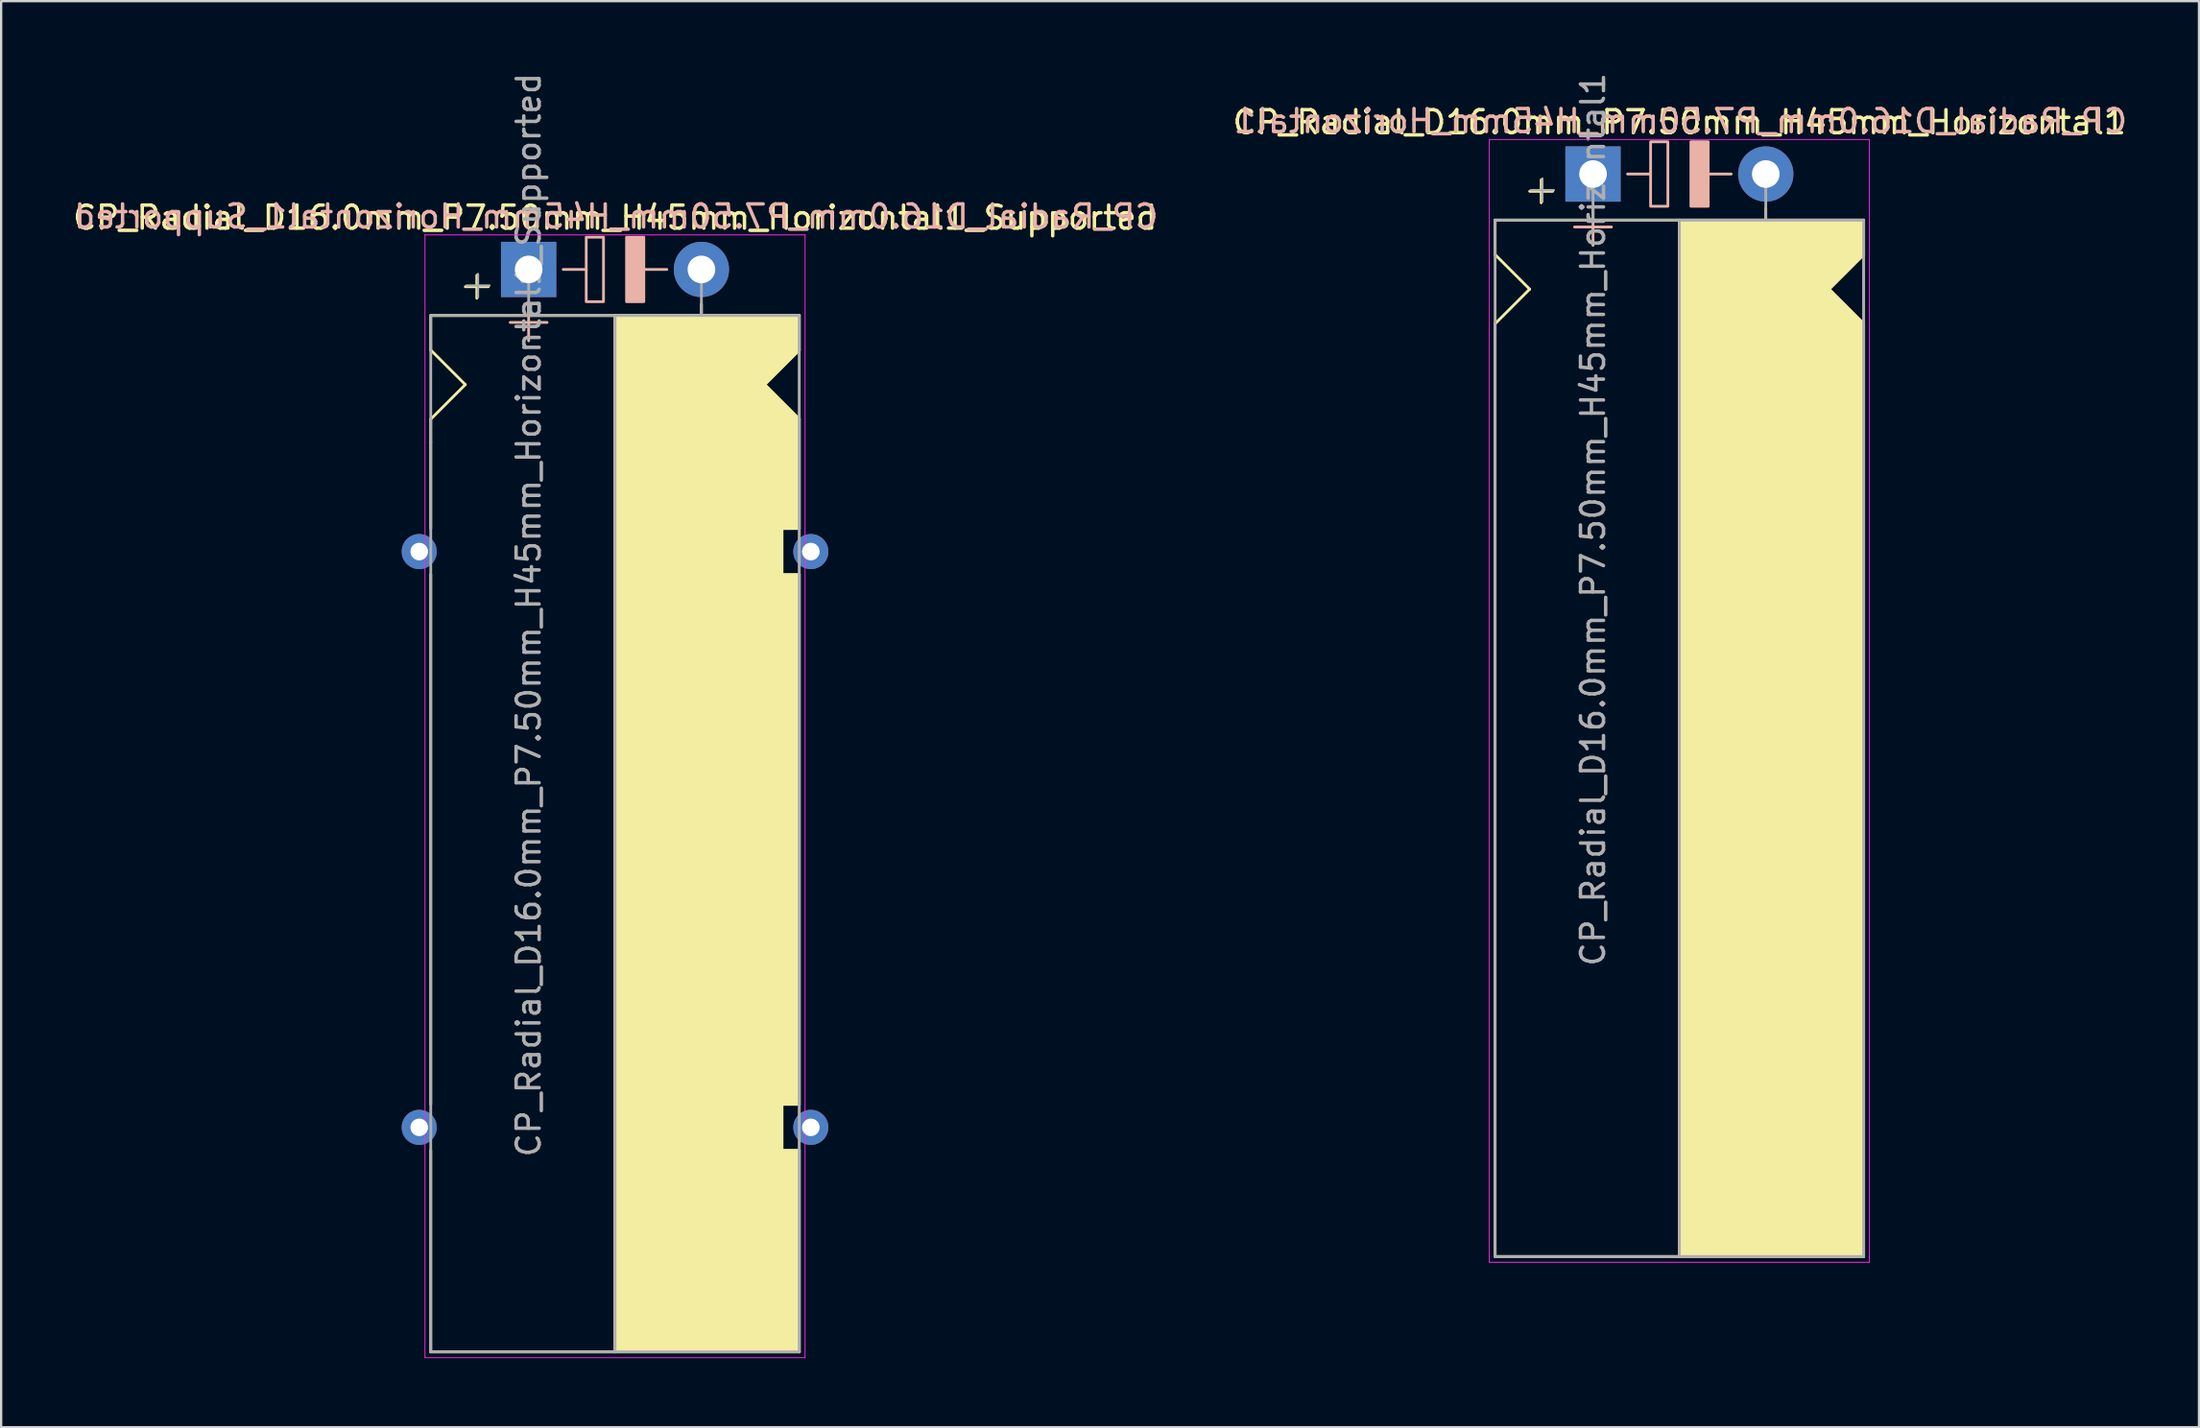
<source format=kicad_pcb>
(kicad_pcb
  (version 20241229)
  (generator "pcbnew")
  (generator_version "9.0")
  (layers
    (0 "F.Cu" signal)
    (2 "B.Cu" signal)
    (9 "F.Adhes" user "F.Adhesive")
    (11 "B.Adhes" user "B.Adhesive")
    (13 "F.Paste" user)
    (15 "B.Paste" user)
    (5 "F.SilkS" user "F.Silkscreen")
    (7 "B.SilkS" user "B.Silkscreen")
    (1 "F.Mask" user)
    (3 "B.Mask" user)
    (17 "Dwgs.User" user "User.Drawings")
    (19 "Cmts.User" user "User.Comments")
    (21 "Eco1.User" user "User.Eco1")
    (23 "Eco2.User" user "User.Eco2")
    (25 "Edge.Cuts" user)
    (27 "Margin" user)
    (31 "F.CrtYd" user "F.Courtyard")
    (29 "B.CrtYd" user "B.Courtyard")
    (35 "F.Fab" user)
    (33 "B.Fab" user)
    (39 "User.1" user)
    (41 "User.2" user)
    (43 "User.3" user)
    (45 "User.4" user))
  (footprint "CP_Radial_D16.0mm_P7.50mm_H45mm_Horizontal1_Supported"
    (layer "F.Cu")
    (at 19.899 8.649)
    (property "Reference" "CP_Radial_D16.0mm_P7.50mm_H45mm_Horizontal1_Supported" (at 3.75 -2.25 0) (layer "F.SilkS") (effects (font (size 1 1) (thickness 0.15))))
    (fp_line (start -4.25 2) (end -4.25 3.5) (stroke (width 0.12) (type solid)) (layer "F.SilkS"))
    (fp_line (start -4.25 3.5) (end -2.75 5) (stroke (width 0.12) (type solid)) (layer "F.SilkS"))
    (fp_line (start -4.25 6.5) (end -4.25 7.5) (stroke (width 0.12) (type solid)) (layer "F.SilkS"))
    (fp_line (start -4.25 7.5) (end -4.25 11.25) (stroke (width 0.12) (type solid)) (layer "F.SilkS"))
    (fp_line (start -4.25 36.25) (end -4.25 13.25) (stroke (width 0.12) (type solid)) (layer "F.SilkS"))
    (fp_line (start -4.25 38.25) (end -4.25 47) (stroke (width 0.12) (type solid)) (layer "F.SilkS"))
    (fp_line (start -2.75 5) (end -4.25 6.5) (stroke (width 0.12) (type solid)) (layer "F.SilkS"))
    (fp_line (start -2.25 0.25) (end -2.25 1.25) (stroke (width 0.12) (type solid)) (layer "F.SilkS"))
    (fp_line (start -1.75 0.75) (end -2.75 0.75) (stroke (width 0.12) (type solid)) (layer "F.SilkS"))
    (fp_line (start 0 1.5) (end 0 2) (stroke (width 0.12) (type solid)) (layer "F.SilkS"))
    (fp_line (start 3.75 2) (end -4.25 2) (stroke (width 0.12) (type solid)) (layer "F.SilkS"))
    (fp_line (start 3.75 2) (end 3.75 47) (stroke (width 0.12) (type solid)) (layer "F.SilkS"))
    (fp_line (start 3.75 2) (end 11.75 2) (stroke (width 0.12) (type solid)) (layer "F.SilkS"))
    (fp_line (start 7.5 1.5) (end 7.5 2) (stroke (width 0.12) (type solid)) (layer "F.SilkS"))
    (fp_line (start 10.25 5) (end 11.75 6.5) (stroke (width 0.12) (type solid)) (layer "F.SilkS"))
    (fp_line (start 11 11.25) (end 11.75 11.25) (stroke (width 0.12) (type solid)) (layer "F.SilkS"))
    (fp_line (start 11 13.25) (end 11 11.25) (stroke (width 0.12) (type solid)) (layer "F.SilkS"))
    (fp_line (start 11 36.25) (end 11.75 36.25) (stroke (width 0.12) (type solid)) (layer "F.SilkS"))
    (fp_line (start 11 38.25) (end 11 36.25) (stroke (width 0.12) (type solid)) (layer "F.SilkS"))
    (fp_line (start 11.75 2) (end 11.75 3.5) (stroke (width 0.12) (type solid)) (layer "F.SilkS"))
    (fp_line (start 11.75 3.5) (end 10.25 5) (stroke (width 0.12) (type solid)) (layer "F.SilkS"))
    (fp_line (start 11.75 11.25) (end 11.75 6.5) (stroke (width 0.12) (type solid)) (layer "F.SilkS"))
    (fp_line (start 11.75 13.25) (end 11 13.25) (stroke (width 0.12) (type solid)) (layer "F.SilkS"))
    (fp_line (start 11.75 13.25) (end 11.75 36.25) (stroke (width 0.12) (type solid)) (layer "F.SilkS"))
    (fp_line (start 11.75 38.25) (end 11 38.25) (stroke (width 0.12) (type solid)) (layer "F.SilkS"))
    (fp_line (start 11.75 47) (end -4.25 47) (stroke (width 0.12) (type solid)) (layer "F.SilkS"))
    (fp_line (start 11.75 47) (end 11.75 38.25) (stroke (width 0.12) (type solid)) (layer "F.SilkS"))
    (fp_poly (pts (xy 11.75 3.5) (xy 10.25 5) (xy 11.75 6.5) (xy 11.75 11.25) (xy 11 11.25) (xy 11 13.25) (xy 11.75 13.25) (xy 11.75 36.25) (xy 11 36.25) (xy 11 38.25) (xy 11.75 38.25) (xy 11.75 47) (xy 3.75 47) (xy 3.75 2) (xy 11.75 2)) (stroke (width 0.1) (type solid)) (fill yes) (layer "F.SilkS"))
    (fp_line (start 0 1.5) (end 0 3.1) (stroke (width 0.12) (type solid)) (layer "B.SilkS"))
    (fp_line (start 0.8 2.3) (end -0.8 2.3) (stroke (width 0.12) (type solid)) (layer "B.SilkS"))
    (fp_line (start 2.5 0) (end 1.5 0) (stroke (width 0.12) (type solid)) (layer "B.SilkS"))
    (fp_line (start 6 0) (end 5 0) (stroke (width 0.12) (type solid)) (layer "B.SilkS"))
    (fp_rect (start 2.5 -1.4) (end 3.25 1.4) (stroke (width 0.12) (type solid)) (fill no) (layer "B.SilkS"))
    (fp_rect (start 4.25 -1.4) (end 5 1.4) (stroke (width 0.12) (type solid)) (fill yes) (layer "B.SilkS"))
    (fp_line (start -4.5 -1.5) (end 12 -1.5) (stroke (width 0.04) (type solid)) (layer "F.CrtYd"))
    (fp_line (start -4.5 47.25) (end -4.5 -1.5) (stroke (width 0.04) (type solid)) (layer "F.CrtYd"))
    (fp_line (start 12 -1.5) (end 12 47.25) (stroke (width 0.04) (type solid)) (layer "F.CrtYd"))
    (fp_line (start 12 47.25) (end -4.5 47.25) (stroke (width 0.04) (type solid)) (layer "F.CrtYd"))
    (fp_line (start -4.25 2) (end -4.25 47) (stroke (width 0.12) (type solid)) (layer "F.Fab"))
    (fp_line (start -4.25 47) (end 11.75 47) (stroke (width 0.12) (type solid)) (layer "F.Fab"))
    (fp_line (start -2.7 0.7) (end -1.7 0.7) (stroke (width 0.1) (type solid)) (layer "F.Fab"))
    (fp_line (start -2.2 1.2) (end -2.2 0.2) (stroke (width 0.1) (type solid)) (layer "F.Fab"))
    (fp_line (start 0 0) (end 0 2) (stroke (width 0.12) (type solid)) (layer "F.Fab"))
    (fp_line (start 0 2) (end -4.25 2) (stroke (width 0.12) (type solid)) (layer "F.Fab"))
    (fp_line (start 3.75 2) (end 3.75 47) (stroke (width 0.12) (type solid)) (layer "F.Fab"))
    (fp_line (start 7.5 0) (end 7.5 2) (stroke (width 0.12) (type solid)) (layer "F.Fab"))
    (fp_line (start 11.75 2) (end 0 2) (stroke (width 0.12) (type solid)) (layer "F.Fab"))
    (fp_line (start 11.75 47) (end 11.75 2) (stroke (width 0.12) (type solid)) (layer "F.Fab"))
    (fp_poly (pts (xy 11.75 47) (xy 3.75 47) (xy 3.75 2) (xy 11.75 2)) (stroke (width 0.1) (type solid)) (fill no) (layer "F.Fab"))
    (fp_text user "${REFERENCE}" (at 3.8 -2.3 0) (layer "B.SilkS") (effects (font (size 1 1) (thickness 0.15)) (justify mirror)))
    (fp_text user "${REFERENCE}" (at 0 15 90) (layer "F.Fab") (effects (font (size 1 1) (thickness 0.15))))
    (pad "1" thru_hole rect (at 0 0) (size 2.4 2.4) (drill 1.2) (layers "*.Cu" "*.Mask"))
    (pad "2" thru_hole circle (at 7.5 0) (size 2.4 2.4) (drill 1.2) (layers "*.Cu" "*.Mask"))
    (pad "~" thru_hole circle (at -4.75 12.25) (size 1.524 1.524) (drill 0.762) (layers "*.Cu" "*.Mask"))
    (pad "~" thru_hole circle (at -4.75 37.25) (size 1.524 1.524) (drill 0.762) (layers "*.Cu" "*.Mask"))
    (pad "~" thru_hole circle (at 12.25 12.25) (size 1.524 1.524) (drill 0.762) (layers "*.Cu" "*.Mask"))
    (pad "~" thru_hole circle (at 12.25 37.25) (size 1.524 1.524) (drill 0.762) (layers "*.Cu" "*.Mask")))
  (footprint "CP_Radial_D16.0mm_P7.50mm_H45mm_Horizontal1"
    (layer "F.Cu")
    (at 66.104 4.506)
    (property "Reference" "CP_Radial_D16.0mm_P7.50mm_H45mm_Horizontal1" (at 3.75 -2.25 0) (layer "F.SilkS") (effects (font (size 1 1) (thickness 0.15))))
    (fp_line (start -4.25 2) (end -4.25 3.5) (stroke (width 0.12) (type solid)) (layer "F.SilkS"))
    (fp_line (start -4.25 3.5) (end -2.75 5) (stroke (width 0.12) (type solid)) (layer "F.SilkS"))
    (fp_line (start -4.25 6.5) (end -4.25 7.5) (stroke (width 0.12) (type solid)) (layer "F.SilkS"))
    (fp_line (start -4.25 7.5) (end -4.25 47) (stroke (width 0.12) (type solid)) (layer "F.SilkS"))
    (fp_line (start -2.75 5) (end -4.25 6.5) (stroke (width 0.12) (type solid)) (layer "F.SilkS"))
    (fp_line (start -2.25 0.25) (end -2.25 1.25) (stroke (width 0.12) (type solid)) (layer "F.SilkS"))
    (fp_line (start -1.75 0.75) (end -2.75 0.75) (stroke (width 0.12) (type solid)) (layer "F.SilkS"))
    (fp_line (start 0 1.5) (end 0 2) (stroke (width 0.12) (type solid)) (layer "F.SilkS"))
    (fp_line (start 3.75 2) (end -4.25 2) (stroke (width 0.12) (type solid)) (layer "F.SilkS"))
    (fp_line (start 3.75 2) (end 3.75 47) (stroke (width 0.12) (type solid)) (layer "F.SilkS"))
    (fp_line (start 3.75 2) (end 11.75 2) (stroke (width 0.12) (type solid)) (layer "F.SilkS"))
    (fp_line (start 7.5 1.5) (end 7.5 2) (stroke (width 0.12) (type solid)) (layer "F.SilkS"))
    (fp_line (start 10.25 5) (end 11.75 6.5) (stroke (width 0.12) (type solid)) (layer "F.SilkS"))
    (fp_line (start 11.75 2) (end 11.75 3.5) (stroke (width 0.12) (type solid)) (layer "F.SilkS"))
    (fp_line (start 11.75 3.5) (end 10.25 5) (stroke (width 0.12) (type solid)) (layer "F.SilkS"))
    (fp_line (start 11.75 47) (end -4.25 47) (stroke (width 0.12) (type solid)) (layer "F.SilkS"))
    (fp_line (start 11.75 47) (end 11.75 6.5) (stroke (width 0.12) (type solid)) (layer "F.SilkS"))
    (fp_poly (pts (xy 11.75 3.5) (xy 10.25 5) (xy 11.75 6.5) (xy 11.75 47) (xy 3.75 47) (xy 3.75 2) (xy 11.75 2)) (stroke (width 0.1) (type solid)) (fill yes) (layer "F.SilkS"))
    (fp_line (start 0 1.5) (end 0 3.1) (stroke (width 0.12) (type solid)) (layer "B.SilkS"))
    (fp_line (start 0.8 2.3) (end -0.8 2.3) (stroke (width 0.12) (type solid)) (layer "B.SilkS"))
    (fp_line (start 2.5 0) (end 1.5 0) (stroke (width 0.12) (type solid)) (layer "B.SilkS"))
    (fp_line (start 6 0) (end 5 0) (stroke (width 0.12) (type solid)) (layer "B.SilkS"))
    (fp_rect (start 2.5 -1.4) (end 3.25 1.4) (stroke (width 0.12) (type solid)) (fill no) (layer "B.SilkS"))
    (fp_rect (start 4.25 -1.4) (end 5 1.4) (stroke (width 0.12) (type solid)) (fill yes) (layer "B.SilkS"))
    (fp_line (start -4.5 -1.5) (end 12 -1.5) (stroke (width 0.04) (type solid)) (layer "F.CrtYd"))
    (fp_line (start -4.5 47.25) (end -4.5 -1.5) (stroke (width 0.04) (type solid)) (layer "F.CrtYd"))
    (fp_line (start 12 -1.5) (end 12 47.25) (stroke (width 0.04) (type solid)) (layer "F.CrtYd"))
    (fp_line (start 12 47.25) (end -4.5 47.25) (stroke (width 0.04) (type solid)) (layer "F.CrtYd"))
    (fp_line (start -4.25 2) (end -4.25 47) (stroke (width 0.12) (type solid)) (layer "F.Fab"))
    (fp_line (start -4.25 47) (end 11.75 47) (stroke (width 0.12) (type solid)) (layer "F.Fab"))
    (fp_line (start -2.7 0.7) (end -1.7 0.7) (stroke (width 0.1) (type solid)) (layer "F.Fab"))
    (fp_line (start -2.2 1.2) (end -2.2 0.2) (stroke (width 0.1) (type solid)) (layer "F.Fab"))
    (fp_line (start 0 0) (end 0 2) (stroke (width 0.12) (type solid)) (layer "F.Fab"))
    (fp_line (start 0 2) (end -4.25 2) (stroke (width 0.12) (type solid)) (layer "F.Fab"))
    (fp_line (start 3.75 2) (end 3.75 47) (stroke (width 0.12) (type solid)) (layer "F.Fab"))
    (fp_line (start 7.5 0) (end 7.5 2) (stroke (width 0.12) (type solid)) (layer "F.Fab"))
    (fp_line (start 11.75 2) (end 0 2) (stroke (width 0.12) (type solid)) (layer "F.Fab"))
    (fp_line (start 11.75 47) (end 11.75 2) (stroke (width 0.12) (type solid)) (layer "F.Fab"))
    (fp_poly (pts (xy 11.75 47) (xy 3.75 47) (xy 3.75 2) (xy 11.75 2)) (stroke (width 0.1) (type solid)) (fill no) (layer "F.Fab"))
    (fp_text user "${REFERENCE}" (at 3.8 -2.3 0) (layer "B.SilkS") (effects (font (size 1 1) (thickness 0.15)) (justify mirror)))
    (fp_text user "${REFERENCE}" (at 0 15 90) (layer "F.Fab") (effects (font (size 1 1) (thickness 0.15))))
    (pad "1" thru_hole rect (at 0 0) (size 2.4 2.4) (drill 1.2) (layers "*.Cu" "*.Mask"))
    (pad "2" thru_hole circle (at 7.5 0) (size 2.4 2.4) (drill 1.2) (layers "*.Cu" "*.Mask")))
  (gr_rect
    (start -3 -3)
    (end 92.41 58.919)
    (stroke (width 0.1) (type default))
    (fill no)
    (layer "Edge.Cuts")))
</source>
